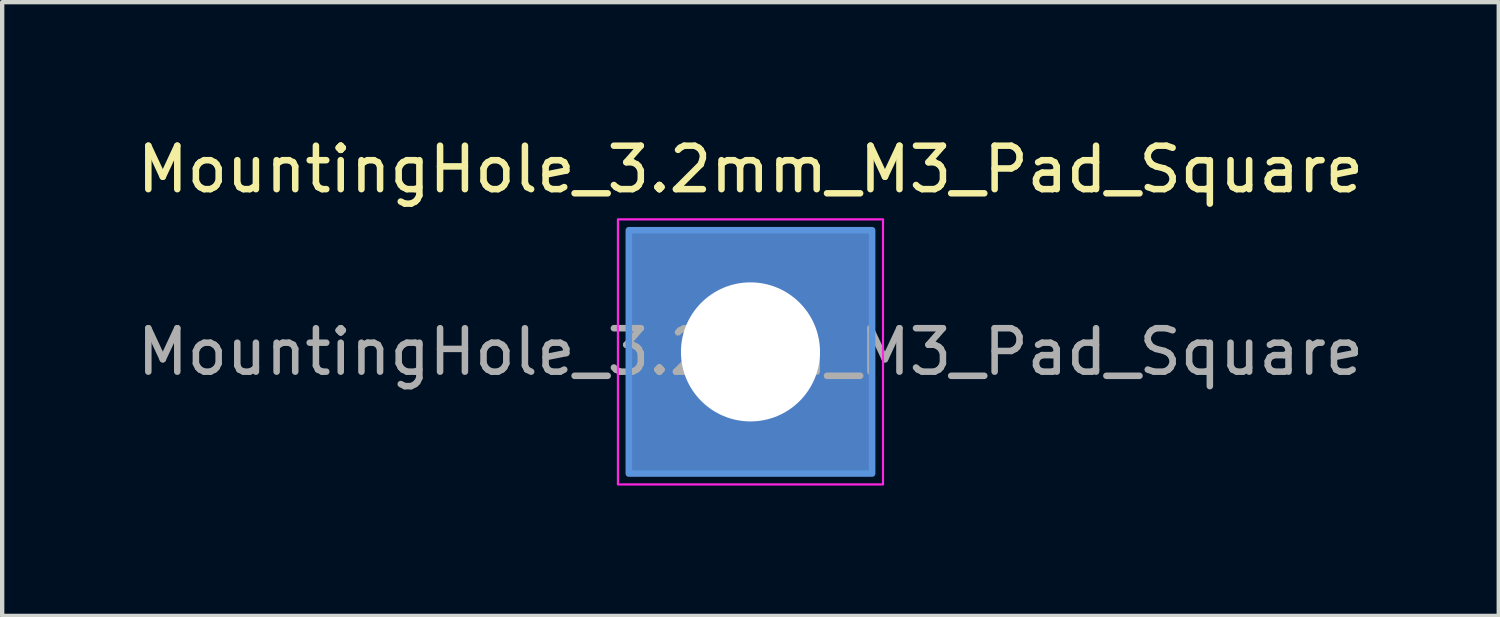
<source format=kicad_pcb>
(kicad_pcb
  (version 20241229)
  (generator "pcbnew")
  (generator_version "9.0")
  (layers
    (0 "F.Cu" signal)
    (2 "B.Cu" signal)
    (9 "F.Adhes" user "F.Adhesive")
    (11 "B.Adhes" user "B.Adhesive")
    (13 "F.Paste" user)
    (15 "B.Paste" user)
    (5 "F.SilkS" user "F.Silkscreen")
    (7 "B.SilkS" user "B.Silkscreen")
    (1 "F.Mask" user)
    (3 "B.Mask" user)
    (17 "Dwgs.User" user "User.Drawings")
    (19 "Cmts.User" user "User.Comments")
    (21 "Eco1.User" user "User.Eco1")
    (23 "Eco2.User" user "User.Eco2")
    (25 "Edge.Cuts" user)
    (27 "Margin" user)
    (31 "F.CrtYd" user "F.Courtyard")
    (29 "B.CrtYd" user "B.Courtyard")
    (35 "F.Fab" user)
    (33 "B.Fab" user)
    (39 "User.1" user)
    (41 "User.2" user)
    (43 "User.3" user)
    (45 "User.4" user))
  (footprint "MountingHole_3.2mm_M3_Pad_Square"
    (layer "F.Cu")
    (at 14.22 5.048)
    (property "Reference" "MountingHole_3.2mm_M3_Pad_Square" (at 0 -4.2 0) (layer "F.SilkS") (effects (font (size 1 1) (thickness 0.15))))
    (attr exclude_from_pos_files exclude_from_bom)
    (fp_rect (start -2.8 -2.8) (end 2.8 2.8) (stroke (width 0.15) (type default)) (fill no) (layer "Cmts.User"))
    (fp_rect (start -3.05 -3.05) (end 3.05 3.05) (stroke (width 0.05) (type default)) (fill no) (layer "F.CrtYd"))
    (fp_text user "${REFERENCE}" (at 0 0 0) (layer "F.Fab") (effects (font (size 1 1) (thickness 0.15))))
    (pad "1" thru_hole rect (at 0 0) (size 5.6 5.6) (drill 3.2) (layers "*.Cu" "*.Mask")))
  (gr_rect
    (start -3 -3)
    (end 31.44 11.123)
    (stroke (width 0.1) (type default))
    (fill no)
    (layer "Edge.Cuts")))
</source>
